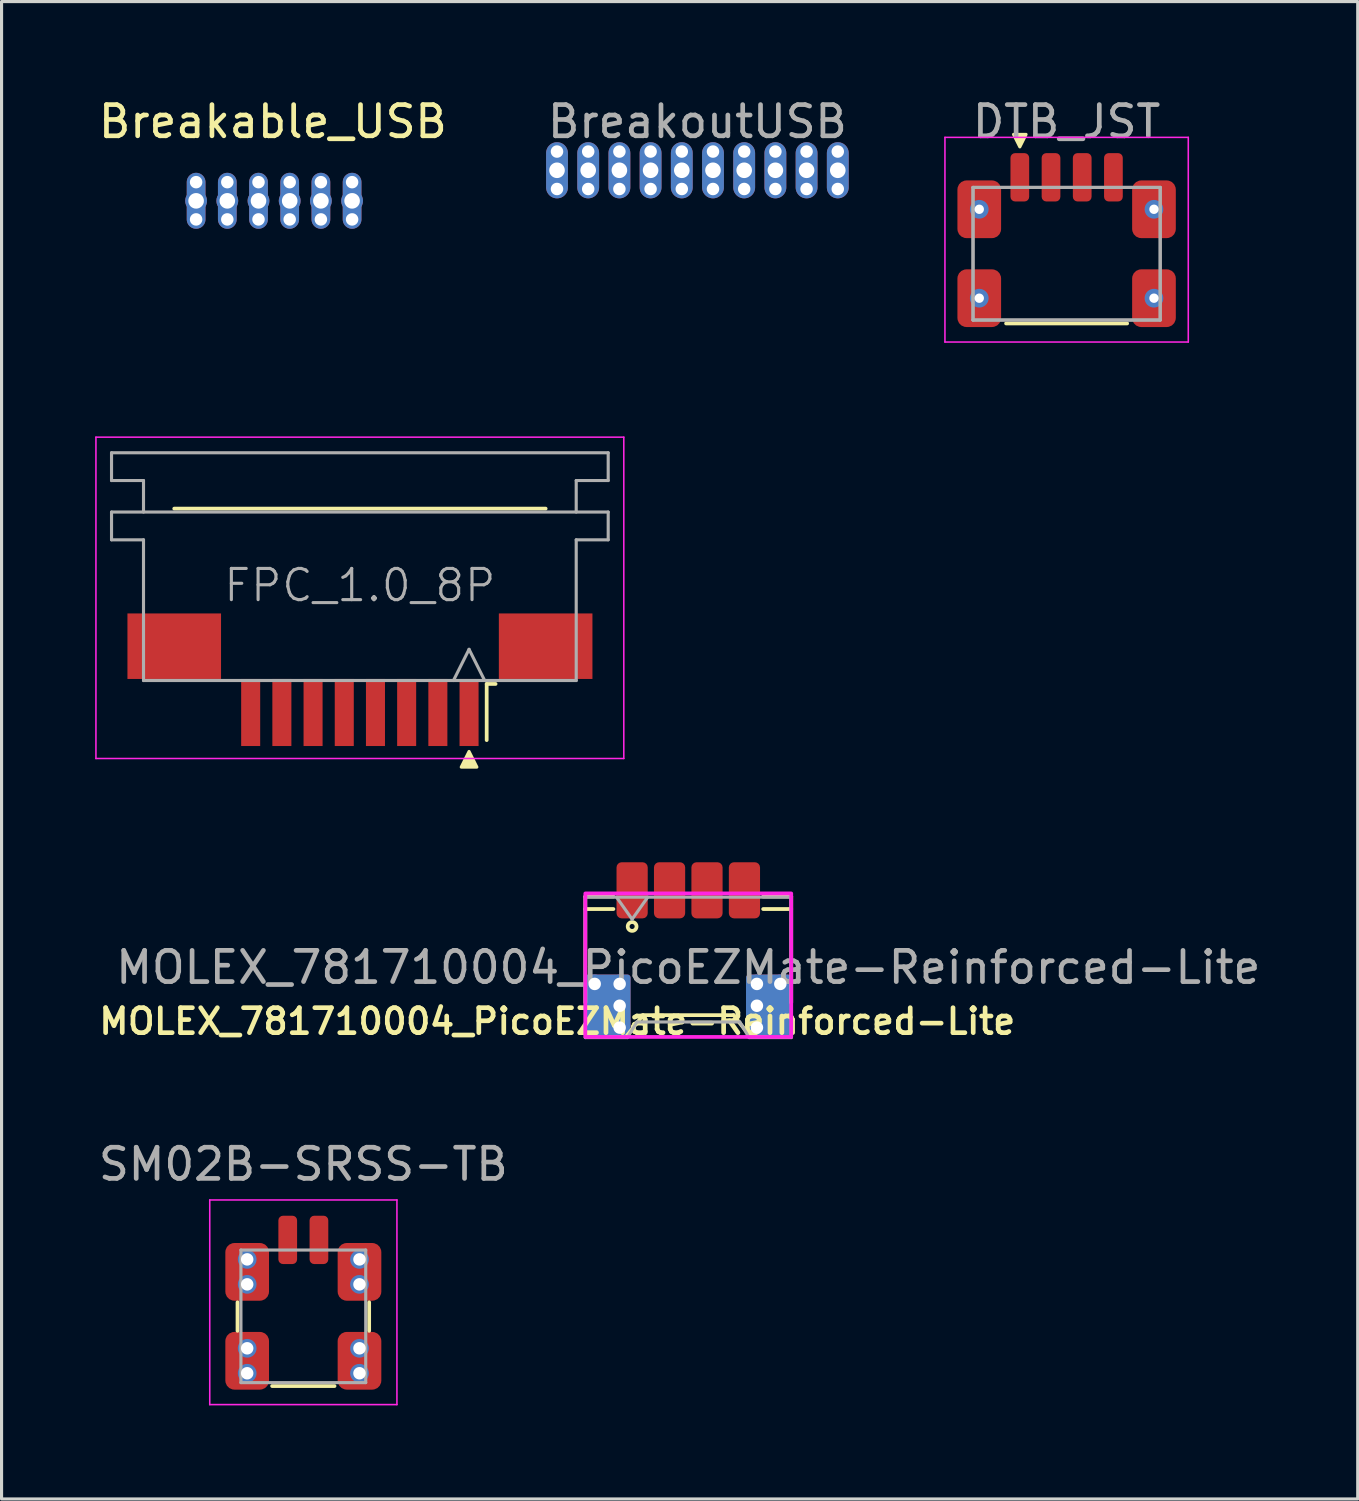
<source format=kicad_pcb>
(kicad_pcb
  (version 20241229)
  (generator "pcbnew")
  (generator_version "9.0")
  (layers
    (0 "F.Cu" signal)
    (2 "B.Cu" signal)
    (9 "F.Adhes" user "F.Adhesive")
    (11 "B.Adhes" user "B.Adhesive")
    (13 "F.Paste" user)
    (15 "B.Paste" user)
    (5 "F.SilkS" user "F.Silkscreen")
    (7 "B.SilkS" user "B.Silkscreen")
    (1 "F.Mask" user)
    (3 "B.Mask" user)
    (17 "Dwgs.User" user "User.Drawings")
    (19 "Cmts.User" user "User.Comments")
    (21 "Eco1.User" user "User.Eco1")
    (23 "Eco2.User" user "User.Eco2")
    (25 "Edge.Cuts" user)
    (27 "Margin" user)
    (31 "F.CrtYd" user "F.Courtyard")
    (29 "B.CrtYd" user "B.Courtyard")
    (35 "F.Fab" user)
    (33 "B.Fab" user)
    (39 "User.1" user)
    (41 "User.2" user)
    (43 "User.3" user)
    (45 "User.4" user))
  (footprint "Breakable_USB"
    (layer "F.Cu")
    (at 5.736 3.388)
    (property "Reference" "Breakable_USB" (at -0.04 -2.54 0) (unlocked yes) (layer "F.SilkS") (effects (font (size 1 1) (thickness 0.15))))
    (attr through_hole)
    (pad "1" thru_hole oval (at -2.5 -0.599) (size 0.6 1) (drill 0.4 (offset 0 0.2)) (layers "*.Cu" "*.Mask"))
    (pad "1" thru_hole circle (at -2.5 0) (size 0.7 0.7) (drill 0.5) (layers "*.Cu" "*.Mask"))
    (pad "1" thru_hole oval (at -2.5 0.595 180) (size 0.6 1) (drill 0.4 (offset 0 0.2)) (layers "*.Cu" "*.Mask"))
    (pad "2" thru_hole oval (at -1.5 -0.599) (size 0.6 1) (drill 0.4 (offset 0 0.2)) (layers "*.Cu" "*.Mask"))
    (pad "2" thru_hole circle (at -1.5 0) (size 0.7 0.7) (drill 0.5) (layers "*.Cu" "*.Mask"))
    (pad "2" thru_hole oval (at -1.5 0.595 180) (size 0.6 1) (drill 0.4 (offset 0 0.2)) (layers "*.Cu" "*.Mask"))
    (pad "3" thru_hole oval (at -0.5 -0.599) (size 0.6 1) (drill 0.4 (offset 0 0.2)) (layers "*.Cu" "*.Mask"))
    (pad "3" thru_hole circle (at -0.5 0) (size 0.7 0.7) (drill 0.5) (layers "*.Cu" "*.Mask"))
    (pad "3" thru_hole oval (at -0.5 0.595 180) (size 0.6 1) (drill 0.4 (offset 0 0.2)) (layers "*.Cu" "*.Mask"))
    (pad "4" thru_hole oval (at 0.5 -0.599) (size 0.6 1) (drill 0.4 (offset 0 0.2)) (layers "*.Cu" "*.Mask"))
    (pad "4" thru_hole circle (at 0.5 0) (size 0.7 0.7) (drill 0.5) (layers "*.Cu" "*.Mask"))
    (pad "4" thru_hole oval (at 0.5 0.595 180) (size 0.6 1) (drill 0.4 (offset 0 0.2)) (layers "*.Cu" "*.Mask"))
    (pad "5" thru_hole oval (at 1.5 -0.599) (size 0.6 1) (drill 0.4 (offset 0 0.2)) (layers "*.Cu" "*.Mask"))
    (pad "5" thru_hole circle (at 1.5 0) (size 0.7 0.7) (drill 0.5) (layers "*.Cu" "*.Mask"))
    (pad "5" thru_hole oval (at 1.5 0.595 180) (size 0.6 1) (drill 0.4 (offset 0 0.2)) (layers "*.Cu" "*.Mask"))
    (pad "6" thru_hole oval (at 2.5 -0.599) (size 0.6 1) (drill 0.4 (offset 0 0.2)) (layers "*.Cu" "*.Mask"))
    (pad "6" thru_hole circle (at 2.5 0) (size 0.7 0.7) (drill 0.5) (layers "*.Cu" "*.Mask"))
    (pad "6" thru_hole oval (at 2.5 0.595 180) (size 0.6 1) (drill 0.4 (offset 0 0.2)) (layers "*.Cu" "*.Mask")))
  (footprint "BreakoutUSB"
    (layer "F.Cu")
    (at 19.304 2.408)
    (property "Reference" "BreakoutUSB" (at 0 -1.56 0) (layer "F.Fab") (effects (font (size 1 1) (thickness 0.15))))
    (attr through_hole)
    (pad "1" thru_hole circle (at -4.5 -0.6) (size 0.5 0.5) (drill 0.4) (layers "*.Cu" "*.Mask"))
    (pad "1" thru_hole oval (at -4.5 0 180) (size 0.7 1.8) (drill 0.5) (layers "*.Cu" "*.Mask"))
    (pad "1" thru_hole circle (at -4.5 0.6 180) (size 0.5 0.5) (drill 0.4) (layers "*.Cu" "*.Mask"))
    (pad "1" thru_hole circle (at -2.5 -0.6) (size 0.5 0.5) (drill 0.4) (layers "*.Cu" "*.Mask"))
    (pad "1" thru_hole oval (at -2.5 0 180) (size 0.7 1.8) (drill 0.5) (layers "*.Cu" "*.Mask"))
    (pad "1" thru_hole circle (at -2.5 0.6 180) (size 0.5 0.5) (drill 0.4) (layers "*.Cu" "*.Mask"))
    (pad "2" thru_hole circle (at -3.5 -0.6) (size 0.5 0.5) (drill 0.4) (layers "*.Cu" "*.Mask"))
    (pad "2" thru_hole oval (at -3.5 0) (size 0.7 1.8) (drill 0.5) (layers "*.Cu" "*.Mask"))
    (pad "2" thru_hole circle (at -3.5 0.6 180) (size 0.5 0.5) (drill 0.4) (layers "*.Cu" "*.Mask"))
    (pad "2" thru_hole circle (at -1.5 -0.6) (size 0.5 0.5) (drill 0.4) (layers "*.Cu" "*.Mask"))
    (pad "2" thru_hole oval (at -1.5 0) (size 0.7 1.8) (drill 0.5) (layers "*.Cu" "*.Mask"))
    (pad "2" thru_hole circle (at -1.5 0.6 180) (size 0.5 0.5) (drill 0.4) (layers "*.Cu" "*.Mask"))
    (pad "3" thru_hole circle (at -0.5 -0.6) (size 0.5 0.5) (drill 0.4) (layers "*.Cu" "*.Mask"))
    (pad "3" thru_hole oval (at -0.5 0 180) (size 0.7 1.8) (drill 0.5) (layers "*.Cu" "*.Mask"))
    (pad "3" thru_hole circle (at -0.5 0.6 180) (size 0.5 0.5) (drill 0.4) (layers "*.Cu" "*.Mask"))
    (pad "4" thru_hole circle (at 0.5 -0.6) (size 0.5 0.5) (drill 0.4) (layers "*.Cu" "*.Mask"))
    (pad "4" thru_hole oval (at 0.5 0) (size 0.7 1.8) (drill 0.5) (layers "*.Cu" "*.Mask"))
    (pad "4" thru_hole circle (at 0.5 0.6 180) (size 0.5 0.5) (drill 0.4) (layers "*.Cu" "*.Mask"))
    (pad "5" thru_hole circle (at 1.5 -0.6) (size 0.5 0.5) (drill 0.4) (layers "*.Cu" "*.Mask"))
    (pad "5" thru_hole oval (at 1.5 0 180) (size 0.7 1.8) (drill 0.5) (layers "*.Cu" "*.Mask"))
    (pad "5" thru_hole circle (at 1.5 0.6 180) (size 0.5 0.5) (drill 0.4) (layers "*.Cu" "*.Mask"))
    (pad "5" thru_hole circle (at 3.5 -0.6) (size 0.5 0.5) (drill 0.4) (layers "*.Cu" "*.Mask"))
    (pad "5" thru_hole oval (at 3.5 0 180) (size 0.7 1.8) (drill 0.5) (layers "*.Cu" "*.Mask"))
    (pad "5" thru_hole circle (at 3.5 0.6 180) (size 0.5 0.5) (drill 0.4) (layers "*.Cu" "*.Mask"))
    (pad "6" thru_hole circle (at 2.5 -0.6) (size 0.5 0.5) (drill 0.4) (layers "*.Cu" "*.Mask"))
    (pad "6" thru_hole oval (at 2.5 0) (size 0.7 1.8) (drill 0.5) (layers "*.Cu" "*.Mask"))
    (pad "6" thru_hole circle (at 2.5 0.6 180) (size 0.5 0.5) (drill 0.4) (layers "*.Cu" "*.Mask"))
    (pad "6" thru_hole circle (at 4.5 -0.6) (size 0.5 0.5) (drill 0.4) (layers "*.Cu" "*.Mask"))
    (pad "6" thru_hole oval (at 4.5 0) (size 0.7 1.8) (drill 0.5) (layers "*.Cu" "*.Mask"))
    (pad "6" thru_hole circle (at 4.5 0.6 180) (size 0.5 0.5) (drill 0.4) (layers "*.Cu" "*.Mask")))
  (footprint "SM02B-SRSS-TB"
    (layer "F.Cu")
    (at 6.673 38.718)
    (property "Reference" "SM02B-SRSS-TB" (at 0 -4.45 0) (unlocked yes) (layer "F.Fab") (effects (font (size 1 1) (thickness 0.15))))
    (attr smd)
    (fp_line (start -2.11 -0.025) (end -2.11 0.89) (stroke (width 0.12) (type solid)) (layer "F.SilkS"))
    (fp_line (start -1 2.66) (end 1 2.66) (stroke (width 0.12) (type solid)) (layer "F.SilkS"))
    (fp_line (start 2.11 -0.025) (end 2.11 0.89) (stroke (width 0.12) (type solid)) (layer "F.SilkS"))
    (fp_line (start -3 -3.305) (end -3 3.255) (stroke (width 0.05) (type solid)) (layer "F.CrtYd"))
    (fp_line (start -3 3.255) (end 3 3.255) (stroke (width 0.05) (type solid)) (layer "F.CrtYd"))
    (fp_line (start 3 -3.305) (end -3 -3.305) (stroke (width 0.05) (type solid)) (layer "F.CrtYd"))
    (fp_line (start 3 3.255) (end 3 -3.305) (stroke (width 0.05) (type solid)) (layer "F.CrtYd"))
    (fp_line (start -2 -1.7) (end -2 2.55) (stroke (width 0.1) (type solid)) (layer "F.Fab"))
    (fp_line (start -2 -1.7) (end 2 -1.7) (stroke (width 0.1) (type solid)) (layer "F.Fab"))
    (fp_line (start 2 2.55) (end -2 2.55) (stroke (width 0.1) (type solid)) (layer "F.Fab"))
    (fp_line (start 2 2.55) (end 2 -1.7) (stroke (width 0.1) (type solid)) (layer "F.Fab"))
    (pad "1" smd roundrect (at -0.5 -2.025) (size 0.6 1.55) (layers "F.Cu" "F.Mask" "F.Paste") (roundrect_rratio 0.25))
    (pad "2" smd roundrect (at 0.5 -2.025) (size 0.6 1.55) (layers "F.Cu" "F.Mask" "F.Paste") (roundrect_rratio 0.25))
    (pad "MP" thru_hole circle (at -1.8 -1.4) (size 0.6 0.6) (drill 0.4) (layers "*.Cu"))
    (pad "MP" smd roundrect (at -1.8 -1 180) (size 1.4 1.85) (layers "F.Cu" "F.Mask" "F.Paste") (roundrect_rratio 0.208))
    (pad "MP" thru_hole circle (at -1.8 -0.6) (size 0.6 0.6) (drill 0.4) (layers "*.Cu"))
    (pad "MP" thru_hole circle (at -1.8 1.45) (size 0.6 0.6) (drill 0.4) (layers "*.Cu"))
    (pad "MP" smd roundrect (at -1.8 1.85 180) (size 1.4 1.85) (layers "F.Cu" "F.Mask" "F.Paste") (roundrect_rratio 0.208))
    (pad "MP" thru_hole circle (at -1.8 2.25) (size 0.6 0.6) (drill 0.4) (layers "*.Cu"))
    (pad "MP" thru_hole circle (at 1.8 -1.4) (size 0.6 0.6) (drill 0.4) (layers "*.Cu"))
    (pad "MP" smd roundrect (at 1.8 -1 180) (size 1.4 1.85) (layers "F.Cu" "F.Mask" "F.Paste") (roundrect_rratio 0.208))
    (pad "MP" thru_hole circle (at 1.8 -0.6) (size 0.6 0.6) (drill 0.4) (layers "*.Cu"))
    (pad "MP" thru_hole circle (at 1.8 1.45) (size 0.6 0.6) (drill 0.4) (layers "*.Cu"))
    (pad "MP" smd roundrect (at 1.8 1.85 180) (size 1.4 1.85) (layers "F.Cu" "F.Mask" "F.Paste") (roundrect_rratio 0.208))
    (pad "MP" thru_hole circle (at 1.8 2.25) (size 0.6 0.6) (drill 0.4) (layers "*.Cu")))
  (footprint "FPC_1.0_8P"
    (layer "F.Cu")
    (at 8.485 18.713)
    (property "Reference" "FPC_1.0_8P" (at 0 -3 0) (unlocked yes) (layer "F.Fab") (effects (font (size 1 1) (thickness 0.1))))
    (attr smd)
    (fp_line (start -5.95 -5.46) (end 5.955 -5.46) (stroke (width 0.12) (type solid)) (layer "F.SilkS"))
    (fp_line (start 4.065 0.16) (end 4.065 1.96) (stroke (width 0.12) (type solid)) (layer "F.SilkS"))
    (fp_line (start 4.35 0.16) (end 4.065 0.16) (stroke (width 0.12) (type solid)) (layer "F.SilkS"))
    (fp_poly (pts (xy 3.5 2.325) (xy 3.25 2.825) (xy 3.75 2.825)) (stroke (width 0.1) (type solid)) (fill yes) (layer "F.SilkS"))
    (fp_line (start -8.46 -7.75) (end -8.46 2.55) (stroke (width 0.05) (type solid)) (layer "F.CrtYd"))
    (fp_line (start -8.46 2.55) (end 8.46 2.55) (stroke (width 0.05) (type solid)) (layer "F.CrtYd"))
    (fp_line (start 8.46 -7.75) (end -8.46 -7.75) (stroke (width 0.05) (type solid)) (layer "F.CrtYd"))
    (fp_line (start 8.46 2.55) (end 8.46 -7.75) (stroke (width 0.05) (type solid)) (layer "F.CrtYd"))
    (fp_line (start -7.96 -7.25) (end 7.96 -7.25) (stroke (width 0.1) (type solid)) (layer "F.Fab"))
    (fp_line (start -7.96 -6.36) (end -7.96 -7.25) (stroke (width 0.1) (type solid)) (layer "F.Fab"))
    (fp_line (start -7.96 -5.35) (end 7.96 -5.35) (stroke (width 0.1) (type solid)) (layer "F.Fab"))
    (fp_line (start -7.96 -4.46) (end -7.96 -5.35) (stroke (width 0.1) (type solid)) (layer "F.Fab"))
    (fp_line (start -6.935 -6.36) (end -7.96 -6.36) (stroke (width 0.1) (type solid)) (layer "F.Fab"))
    (fp_line (start -6.935 -5.35) (end -6.935 -6.36) (stroke (width 0.1) (type solid)) (layer "F.Fab"))
    (fp_line (start -6.935 -4.46) (end -7.96 -4.46) (stroke (width 0.1) (type solid)) (layer "F.Fab"))
    (fp_line (start -6.935 0.05) (end -6.935 -4.46) (stroke (width 0.1) (type solid)) (layer "F.Fab"))
    (fp_line (start 3.5 -0.95) (end 3 0.05) (stroke (width 0.1) (type solid)) (layer "F.Fab"))
    (fp_line (start 4 0.05) (end 3.5 -0.95) (stroke (width 0.1) (type solid)) (layer "F.Fab"))
    (fp_line (start 6.935 -6.36) (end 6.935 -5.35) (stroke (width 0.1) (type solid)) (layer "F.Fab"))
    (fp_line (start 6.935 -4.46) (end 6.935 0.05) (stroke (width 0.1) (type solid)) (layer "F.Fab"))
    (fp_line (start 6.935 0.05) (end -6.935 0.05) (stroke (width 0.1) (type solid)) (layer "F.Fab"))
    (fp_line (start 7.96 -7.25) (end 7.96 -6.36) (stroke (width 0.1) (type solid)) (layer "F.Fab"))
    (fp_line (start 7.96 -6.36) (end 6.935 -6.36) (stroke (width 0.1) (type solid)) (layer "F.Fab"))
    (fp_line (start 7.96 -5.35) (end 7.96 -4.46) (stroke (width 0.1) (type solid)) (layer "F.Fab"))
    (fp_line (start 7.96 -4.46) (end 6.935 -4.46) (stroke (width 0.1) (type solid)) (layer "F.Fab"))
    (pad "1" smd rect (at 3.5 1.075 180) (size 0.61 2.15) (layers "F.Cu" "F.Mask" "F.Paste"))
    (pad "2" smd rect (at 2.5 1.075 180) (size 0.61 2.15) (layers "F.Cu" "F.Mask" "F.Paste"))
    (pad "3" smd rect (at 1.5 1.075 180) (size 0.61 2.15) (layers "F.Cu" "F.Mask" "F.Paste"))
    (pad "4" smd rect (at 0.5 1.075 180) (size 0.61 2.15) (layers "F.Cu" "F.Mask" "F.Paste"))
    (pad "5" smd rect (at -0.5 1.075 180) (size 0.61 2.15) (layers "F.Cu" "F.Mask" "F.Paste"))
    (pad "6" smd rect (at -1.5 1.075 180) (size 0.61 2.15) (layers "F.Cu" "F.Mask" "F.Paste"))
    (pad "7" smd rect (at -2.5 1.075 180) (size 0.61 2.15) (layers "F.Cu" "F.Mask" "F.Paste"))
    (pad "8" smd rect (at -3.5 1.075 180) (size 0.61 2.15) (layers "F.Cu" "F.Mask" "F.Paste"))
    (pad "MP" smd rect (at -5.95 -1.05 180) (size 3 2.1) (layers "F.Cu" "F.Mask" "F.Paste"))
    (pad "MP" smd rect (at 5.955 -1.05 180) (size 3 2.1) (layers "F.Cu" "F.Mask" "F.Paste")))
  (footprint "DTB_JST"
    (layer "F.Cu")
    (at 31.139 4.658)
    (property "Reference" "DTB_JST" (at 0 -3.81 0) (unlocked yes) (layer "F.Fab") (effects (font (size 1 1) (thickness 0.15))))
    (attr smd exclude_from_pos_files)
    (fp_line (start -1.94 2.66) (end 1.94 2.66) (stroke (width 0.12) (type solid)) (layer "F.SilkS"))
    (fp_poly (pts (xy -1.5 -3) (xy -1.7 -3.4) (xy -1.3 -3.4)) (stroke (width 0.1) (type solid)) (fill yes) (layer "F.SilkS"))
    (fp_line (start -3.9 -3.305) (end -3.9 3.255) (stroke (width 0.05) (type solid)) (layer "F.CrtYd"))
    (fp_line (start -3.9 3.255) (end 3.9 3.255) (stroke (width 0.05) (type solid)) (layer "F.CrtYd"))
    (fp_line (start 3.9 -3.305) (end -3.9 -3.305) (stroke (width 0.05) (type solid)) (layer "F.CrtYd"))
    (fp_line (start 3.9 3.255) (end 3.9 -3.305) (stroke (width 0.05) (type solid)) (layer "F.CrtYd"))
    (fp_line (start -3 -1.7) (end -3 2.55) (stroke (width 0.1) (type solid)) (layer "F.Fab"))
    (fp_line (start -3 -1.7) (end 3 -1.7) (stroke (width 0.1) (type solid)) (layer "F.Fab"))
    (fp_line (start -3 2.55) (end -3 -1.7) (stroke (width 0.1) (type solid)) (layer "F.Fab"))
    (fp_line (start -3 2.55) (end 3 2.55) (stroke (width 0.1) (type solid)) (layer "F.Fab"))
    (fp_line (start 3 -1.7) (end -3 -1.7) (stroke (width 0.1) (type solid)) (layer "F.Fab"))
    (fp_line (start 3 -1.7) (end 3 2.55) (stroke (width 0.1) (type solid)) (layer "F.Fab"))
    (fp_line (start 3 2.55) (end -3 2.55) (stroke (width 0.1) (type solid)) (layer "F.Fab"))
    (fp_line (start 3 2.55) (end 3 -1.7) (stroke (width 0.1) (type solid)) (layer "F.Fab"))
    (pad "1" smd roundrect (at -1.5 -2.025) (size 0.6 1.55) (layers "F.Cu" "F.Mask" "F.Paste") (roundrect_rratio 0.25))
    (pad "2" smd roundrect (at -0.5 -2.025) (size 0.6 1.55) (layers "F.Cu" "F.Mask" "F.Paste") (roundrect_rratio 0.25))
    (pad "3" smd roundrect (at 0.5 -2.025) (size 0.6 1.55) (layers "F.Cu" "F.Mask" "F.Paste") (roundrect_rratio 0.25))
    (pad "4" smd roundrect (at 1.5 -2.025) (size 0.6 1.55) (layers "F.Cu" "F.Mask" "F.Paste") (roundrect_rratio 0.25))
    (pad "MP" thru_hole circle (at -2.8 -1) (size 0.6 0.6) (drill 0.3) (layers "*.Cu"))
    (pad "MP" smd roundrect (at -2.8 -1 180) (size 1.4 1.85) (layers "F.Cu" "F.Mask" "F.Paste") (roundrect_rratio 0.208))
    (pad "MP" thru_hole circle (at -2.8 1.85) (size 0.6 0.6) (drill 0.3) (layers "*.Cu"))
    (pad "MP" smd roundrect (at -2.8 1.85 180) (size 1.4 1.85) (layers "F.Cu" "F.Mask" "F.Paste") (roundrect_rratio 0.208))
    (pad "MP" thru_hole circle (at 2.8 -1) (size 0.6 0.6) (drill 0.3) (layers "*.Cu"))
    (pad "MP" smd roundrect (at 2.8 -1 180) (size 1.4 1.85) (layers "F.Cu" "F.Mask" "F.Paste") (roundrect_rratio 0.208))
    (pad "MP" thru_hole circle (at 2.8 1.85) (size 0.6 0.6) (drill 0.3) (layers "*.Cu"))
    (pad "MP" smd roundrect (at 2.8 1.85 180) (size 1.4 1.85) (layers "F.Cu" "F.Mask" "F.Paste") (roundrect_rratio 0.208)))
  (footprint "MOLEX_781710004_PicoEZMate-Reinforced-Lite"
    (layer "F.Cu")
    (at 19.012 27.688)
    (property "Reference" "MOLEX_781710004_PicoEZMate-Reinforced-Lite" (at -4.2 2 0) (layer "F.SilkS") (effects (font (size 0.8 0.8) (thickness 0.15))))
    (attr smd)
    (fp_line (start -3.3 -2) (end -3.3 1.4) (stroke (width 0.12) (type solid)) (layer "F.SilkS"))
    (fp_line (start -3.3 -2) (end -2.4 -2) (stroke (width 0.12) (type solid)) (layer "F.SilkS"))
    (fp_line (start -2.4 -1.6) (end -3.3 -1.6) (stroke (width 0.12) (type solid)) (layer "F.SilkS"))
    (fp_line (start -2 2.5) (end -2.5 2.5) (stroke (width 0.12) (type solid)) (layer "F.SilkS"))
    (fp_line (start -1.45 1.8) (end -2 2.5) (stroke (width 0.12) (type solid)) (layer "F.SilkS"))
    (fp_line (start 1.45 1.8) (end -1.45 1.8) (stroke (width 0.12) (type solid)) (layer "F.SilkS"))
    (fp_line (start 2 2.5) (end 1.45 1.8) (stroke (width 0.12) (type solid)) (layer "F.SilkS"))
    (fp_line (start 2 2.5) (end 2.5 2.5) (stroke (width 0.12) (type solid)) (layer "F.SilkS"))
    (fp_line (start 2.4 -2) (end 3.3 -2) (stroke (width 0.12) (type solid)) (layer "F.SilkS"))
    (fp_line (start 3.3 -2) (end 3.3 1.4) (stroke (width 0.12) (type solid)) (layer "F.SilkS"))
    (fp_line (start 3.3 -1.6) (end 2.4 -1.6) (stroke (width 0.12) (type solid)) (layer "F.SilkS"))
    (fp_circle (center -1.8 -1.041) (end -1.7 -1.141) (stroke (width 0.12) (type solid)) (fill no) (layer "F.SilkS"))
    (fp_rect (start -3.3 -2.1) (end 3.3 2.5) (stroke (width 0.12) (type solid)) (fill no) (layer "F.CrtYd"))
    (fp_line (start -3.3 -1.98) (end -3.3 2.52) (stroke (width 0.1) (type solid)) (layer "F.Fab"))
    (fp_line (start -3.3 -1.98) (end 3.3 -1.98) (stroke (width 0.1) (type solid)) (layer "F.Fab"))
    (fp_line (start -3.3 2.52) (end -1.95 2.52) (stroke (width 0.1) (type solid)) (layer "F.Fab"))
    (fp_line (start -2.3 -1.98) (end -1.8 -1.273) (stroke (width 0.1) (type solid)) (layer "F.Fab"))
    (fp_line (start -1.95 2.52) (end -1.65 2.02) (stroke (width 0.1) (type solid)) (layer "F.Fab"))
    (fp_line (start -1.8 -1.273) (end -1.3 -1.98) (stroke (width 0.1) (type solid)) (layer "F.Fab"))
    (fp_line (start -1.65 2.02) (end 1.65 2.02) (stroke (width 0.1) (type solid)) (layer "F.Fab"))
    (fp_line (start 1.65 2.02) (end 1.95 2.52) (stroke (width 0.1) (type solid)) (layer "F.Fab"))
    (fp_line (start 1.95 2.52) (end 3.3 2.52) (stroke (width 0.1) (type solid)) (layer "F.Fab"))
    (fp_line (start 3.3 -1.98) (end 3.3 2.52) (stroke (width 0.1) (type solid)) (layer "F.Fab"))
    (fp_text user "${REFERENCE}" (at 0 0.27 0) (layer "F.Fab") (effects (font (size 1 1) (thickness 0.15))))
    (pad "" smd roundrect (at -2.95 2) (size 0.7 1) (layers "F.Mask" "F.Paste") (roundrect_rratio 0.143))
    (pad "" smd roundrect (at -1.8 -2) (size 0.75 1.2) (layers "F.Mask" "F.Paste") (roundrect_rratio 0.167))
    (pad "" smd roundrect (at -0.6 -2) (size 0.75 1.2) (layers "F.Mask" "F.Paste") (roundrect_rratio 0.167))
    (pad "" smd roundrect (at 0.6 -2) (size 0.75 1.2) (layers "F.Mask" "F.Paste") (roundrect_rratio 0.167))
    (pad "" smd roundrect (at 1.8 -2) (size 0.75 1.2) (layers "F.Mask" "F.Paste") (roundrect_rratio 0.167))
    (pad "" smd roundrect (at 2.95 2) (size 0.7 1) (layers "F.Mask" "F.Paste") (roundrect_rratio 0.143))
    (pad "1" smd roundrect (at -1.8 -2.2) (size 1 1.8) (layers "F.Cu") (roundrect_rratio 0.167))
    (pad "2" smd roundrect (at -0.6 -2.2) (size 1 1.8) (layers "F.Cu") (roundrect_rratio 0.167))
    (pad "3" smd roundrect (at 0.6 -2.2) (size 1 1.8) (layers "F.Cu") (roundrect_rratio 0.167))
    (pad "4" smd roundrect (at 1.8 -2.2) (size 1 1.8) (layers "F.Cu") (roundrect_rratio 0.167))
    (pad "MP" thru_hole circle (at -3 0.8) (size 0.6 0.6) (drill 0.4) (layers "*.Cu"))
    (pad "MP" smd roundrect (at -2.575 1.5) (size 1.45 2) (layers "F.Cu") (roundrect_rratio 0.069))
    (pad "MP" smd roundrect (at -2.575 1.5) (size 1.45 2) (layers "B.Cu") (roundrect_rratio 0.069))
    (pad "MP" thru_hole circle (at -2.2 0.8) (size 0.6 0.6) (drill 0.4) (layers "*.Cu"))
    (pad "MP" thru_hole circle (at -2.2 1.5) (size 0.6 0.6) (drill 0.4) (layers "*.Cu"))
    (pad "MP" thru_hole circle (at -2.2 2.2) (size 0.6 0.6) (drill 0.4) (layers "*.Cu"))
    (pad "MP" thru_hole circle (at 2.2 0.8) (size 0.6 0.6) (drill 0.4) (layers "*.Cu"))
    (pad "MP" thru_hole circle (at 2.2 1.5) (size 0.6 0.6) (drill 0.4) (layers "*.Cu"))
    (pad "MP" thru_hole circle (at 2.2 2.2) (size 0.6 0.6) (drill 0.4) (layers "*.Cu"))
    (pad "MP" smd roundrect (at 2.575 1.5) (size 1.45 2) (layers "F.Cu") (roundrect_rratio 0.069))
    (pad "MP" smd roundrect (at 2.575 1.5) (size 1.45 2) (layers "B.Cu") (roundrect_rratio 0.069))
    (pad "MP" thru_hole circle (at 2.95 0.8) (size 0.6 0.6) (drill 0.4) (layers "*.Cu")))
  (gr_rect
    (start -3 -3)
    (end 40.47 44.998)
    (stroke (width 0.1) (type default))
    (fill no)
    (layer "Edge.Cuts")))
</source>
